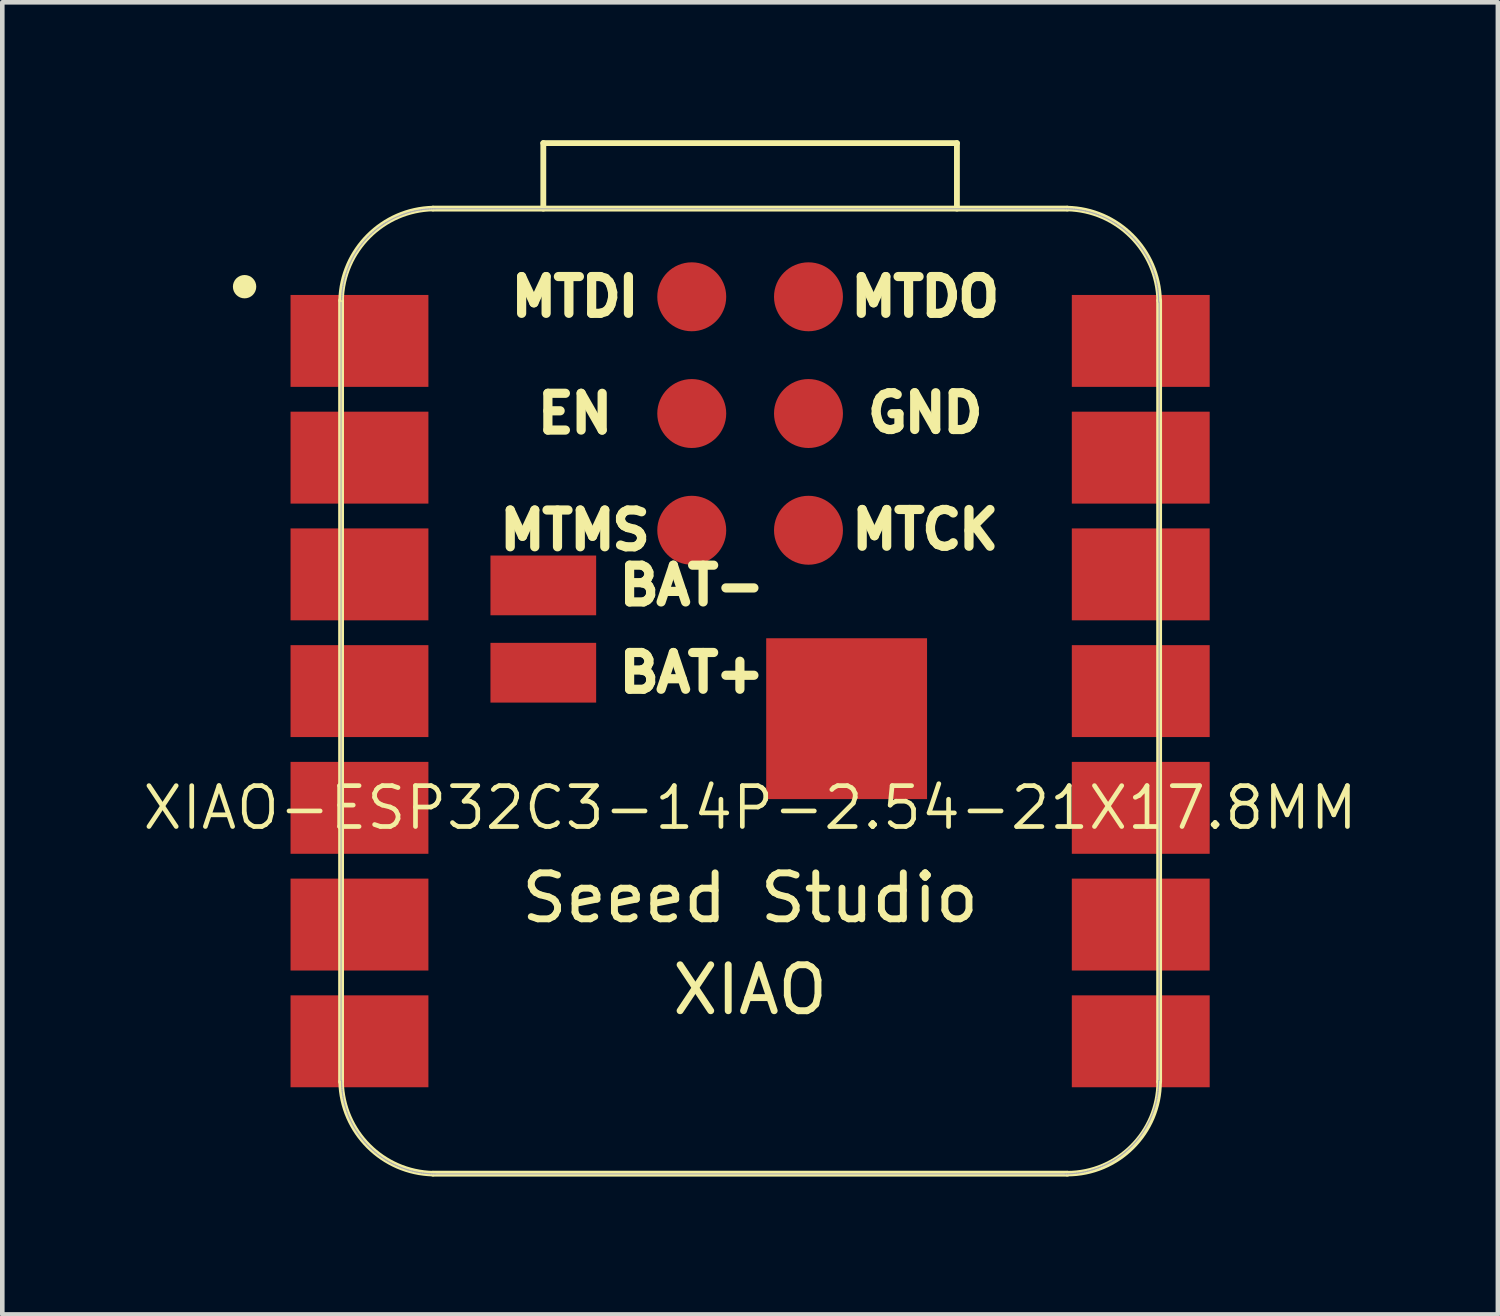
<source format=kicad_pcb>
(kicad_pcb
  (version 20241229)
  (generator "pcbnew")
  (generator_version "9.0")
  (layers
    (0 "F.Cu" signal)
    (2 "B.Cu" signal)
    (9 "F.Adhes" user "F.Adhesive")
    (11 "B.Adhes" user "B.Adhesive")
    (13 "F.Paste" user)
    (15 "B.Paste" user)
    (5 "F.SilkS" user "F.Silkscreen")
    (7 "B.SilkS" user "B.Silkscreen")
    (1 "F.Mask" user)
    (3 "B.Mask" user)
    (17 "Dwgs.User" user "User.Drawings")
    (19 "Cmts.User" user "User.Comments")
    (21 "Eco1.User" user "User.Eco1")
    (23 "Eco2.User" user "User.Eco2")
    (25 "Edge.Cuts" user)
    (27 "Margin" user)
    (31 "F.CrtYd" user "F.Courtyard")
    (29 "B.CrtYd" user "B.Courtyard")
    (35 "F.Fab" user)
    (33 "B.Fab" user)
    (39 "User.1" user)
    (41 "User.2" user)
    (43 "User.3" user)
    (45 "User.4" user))
  (footprint "XIAO-ESP32C3-14P-2.54-21X17.8MM"
    (layer "F.Cu")
    (at 13.272 11.988)
    (property "Reference" "XIAO-ESP32C3-14P-2.54-21X17.8MM" (at 0 2.54 0) (layer "F.SilkS") (effects (font (size 0.889 0.889) (thickness 0.102))))
    (attr smd)
    (fp_line (start -8.9 -8.5) (end -8.9 8.5) (stroke (width 0.127) (type solid)) (layer "F.SilkS"))
    (fp_line (start -6.9 10.5) (end 6.9 10.5) (stroke (width 0.127) (type solid)) (layer "F.SilkS"))
    (fp_line (start -4.5 -11.924) (end 4.5 -11.924) (stroke (width 0.127) (type solid)) (layer "F.SilkS"))
    (fp_line (start -4.5 -10.499) (end -4.5 -11.924) (stroke (width 0.127) (type default)) (layer "F.SilkS"))
    (fp_line (start 4.5 -10.499) (end 4.5 -11.924) (stroke (width 0.127) (type default)) (layer "F.SilkS"))
    (fp_line (start 6.9 -10.499) (end -6.9 -10.499) (stroke (width 0.127) (type solid)) (layer "F.SilkS"))
    (fp_line (start 8.9 8.5) (end 8.9 -8.5) (stroke (width 0.127) (type solid)) (layer "F.SilkS"))
    (fp_arc (start -8.9 -8.5) (mid -8.301491 -9.901491) (end -6.9 -10.5) (stroke (width 0.12) (type solid)) (layer "F.SilkS"))
    (fp_arc (start -6.9 10.5) (mid -8.301423 9.901423) (end -8.9 8.5) (stroke (width 0.12) (type solid)) (layer "F.SilkS"))
    (fp_arc (start 6.9 -10.5) (mid 8.301491 -9.901491) (end 8.9 -8.5) (stroke (width 0.12) (type solid)) (layer "F.SilkS"))
    (fp_arc (start 8.9 8.5) (mid 8.314214 9.914214) (end 6.9 10.5) (stroke (width 0.12) (type solid)) (layer "F.SilkS"))
    (fp_circle (center -11 -8.8) (end -11 -9.054) (stroke (width 0) (type solid)) (fill yes) (layer "F.SilkS"))
    (fp_poly (pts (xy -8.888 -8.562) (xy -8.885 -8.61) (xy -8.881 -8.659)) (stroke (width 0.025) (type solid)) (fill no) (layer "F.SilkS"))
    (fp_poly (pts (xy 8.889 8.522) (xy 8.888 8.571) (xy 8.885 8.62) (xy 8.881 8.669) (xy 8.875 8.717) (xy 8.869 8.766) (xy 8.861 8.815) (xy 8.852 8.863) (xy 8.842 8.911)) (stroke (width 0.025) (type solid)) (fill no) (layer "F.SilkS"))
    (fp_line (start -8.9 -8.463) (end -8.9 8.473) (stroke (width 0.025) (type solid)) (layer "F.Fab"))
    (fp_line (start -8.89 8.473) (end -8.889 8.522) (stroke (width 0.025) (type solid)) (layer "F.Fab"))
    (fp_line (start -8.889 8.522) (end -8.888 8.571) (stroke (width 0.025) (type solid)) (layer "F.Fab"))
    (fp_line (start -8.888 -8.562) (end -8.889 -8.512) (stroke (width 0.025) (type solid)) (layer "F.Fab"))
    (fp_line (start -8.888 8.571) (end -8.885 8.62) (stroke (width 0.025) (type solid)) (layer "F.Fab"))
    (fp_line (start -8.885 -8.61) (end -8.888 -8.562) (stroke (width 0.025) (type solid)) (layer "F.Fab"))
    (fp_line (start -8.885 8.62) (end -8.881 8.669) (stroke (width 0.025) (type solid)) (layer "F.Fab"))
    (fp_line (start -8.881 -8.659) (end -8.885 -8.61) (stroke (width 0.025) (type solid)) (layer "F.Fab"))
    (fp_line (start -8.881 8.669) (end -8.875 8.717) (stroke (width 0.025) (type solid)) (layer "F.Fab"))
    (fp_line (start -8.875 -8.708) (end -8.881 -8.659) (stroke (width 0.025) (type solid)) (layer "F.Fab"))
    (fp_line (start -8.875 8.717) (end -8.869 8.766) (stroke (width 0.025) (type solid)) (layer "F.Fab"))
    (fp_line (start -8.869 -8.757) (end -8.875 -8.708) (stroke (width 0.025) (type solid)) (layer "F.Fab"))
    (fp_line (start -8.869 8.766) (end -8.861 8.815) (stroke (width 0.025) (type solid)) (layer "F.Fab"))
    (fp_line (start -8.861 -8.806) (end -8.869 -8.757) (stroke (width 0.025) (type solid)) (layer "F.Fab"))
    (fp_line (start -8.861 8.815) (end -8.852 8.863) (stroke (width 0.025) (type solid)) (layer "F.Fab"))
    (fp_line (start -8.852 -8.854) (end -8.861 -8.806) (stroke (width 0.025) (type solid)) (layer "F.Fab"))
    (fp_line (start -8.852 8.863) (end -8.842 8.911) (stroke (width 0.025) (type solid)) (layer "F.Fab"))
    (fp_line (start -8.842 -8.902) (end -8.852 -8.854) (stroke (width 0.025) (type solid)) (layer "F.Fab"))
    (fp_line (start -8.842 8.911) (end -8.831 8.959) (stroke (width 0.025) (type solid)) (layer "F.Fab"))
    (fp_line (start -8.831 -8.95) (end -8.842 -8.902) (stroke (width 0.025) (type solid)) (layer "F.Fab"))
    (fp_line (start -8.831 8.959) (end -8.819 9.006) (stroke (width 0.025) (type solid)) (layer "F.Fab"))
    (fp_line (start -8.819 -8.997) (end -8.831 -8.95) (stroke (width 0.025) (type solid)) (layer "F.Fab"))
    (fp_line (start -8.819 9.006) (end -8.805 9.054) (stroke (width 0.025) (type solid)) (layer "F.Fab"))
    (fp_line (start -8.805 -9.045) (end -8.819 -8.997) (stroke (width 0.025) (type solid)) (layer "F.Fab"))
    (fp_line (start -8.805 9.054) (end -8.79 9.1) (stroke (width 0.025) (type solid)) (layer "F.Fab"))
    (fp_line (start -8.79 -9.091) (end -8.805 -9.045) (stroke (width 0.025) (type solid)) (layer "F.Fab"))
    (fp_line (start -8.79 9.1) (end -8.775 9.147) (stroke (width 0.025) (type solid)) (layer "F.Fab"))
    (fp_line (start -8.775 -9.138) (end -8.79 -9.091) (stroke (width 0.025) (type solid)) (layer "F.Fab"))
    (fp_line (start -8.775 9.147) (end -8.758 9.193) (stroke (width 0.025) (type solid)) (layer "F.Fab"))
    (fp_line (start -8.758 -9.184) (end -8.775 -9.138) (stroke (width 0.025) (type solid)) (layer "F.Fab"))
    (fp_line (start -8.758 9.193) (end -8.74 9.239) (stroke (width 0.025) (type solid)) (layer "F.Fab"))
    (fp_line (start -8.74 -9.23) (end -8.758 -9.184) (stroke (width 0.025) (type solid)) (layer "F.Fab"))
    (fp_line (start -8.74 9.239) (end -8.721 9.284) (stroke (width 0.025) (type solid)) (layer "F.Fab"))
    (fp_line (start -8.721 -9.275) (end -8.74 -9.23) (stroke (width 0.025) (type solid)) (layer "F.Fab"))
    (fp_line (start -8.721 9.284) (end -8.701 9.329) (stroke (width 0.025) (type solid)) (layer "F.Fab"))
    (fp_line (start -8.701 -9.32) (end -8.721 -9.275) (stroke (width 0.025) (type solid)) (layer "F.Fab"))
    (fp_line (start -8.701 9.329) (end -8.679 9.373) (stroke (width 0.025) (type solid)) (layer "F.Fab"))
    (fp_line (start -8.679 -9.364) (end -8.701 -9.32) (stroke (width 0.025) (type solid)) (layer "F.Fab"))
    (fp_line (start -8.679 9.373) (end -8.657 9.417) (stroke (width 0.025) (type solid)) (layer "F.Fab"))
    (fp_line (start -8.657 -9.408) (end -8.679 -9.364) (stroke (width 0.025) (type solid)) (layer "F.Fab"))
    (fp_line (start -8.657 9.417) (end -8.634 9.46) (stroke (width 0.025) (type solid)) (layer "F.Fab"))
    (fp_line (start -8.634 -9.451) (end -8.657 -9.408) (stroke (width 0.025) (type solid)) (layer "F.Fab"))
    (fp_line (start -8.634 9.46) (end -8.61 9.503) (stroke (width 0.025) (type solid)) (layer "F.Fab"))
    (fp_line (start -8.61 -9.494) (end -8.634 -9.451) (stroke (width 0.025) (type solid)) (layer "F.Fab"))
    (fp_line (start -8.61 9.503) (end -8.584 9.545) (stroke (width 0.025) (type solid)) (layer "F.Fab"))
    (fp_line (start -8.584 -9.536) (end -8.61 -9.494) (stroke (width 0.025) (type solid)) (layer "F.Fab"))
    (fp_line (start -8.584 9.545) (end -8.558 9.586) (stroke (width 0.025) (type solid)) (layer "F.Fab"))
    (fp_line (start -8.558 -9.577) (end -8.584 -9.536) (stroke (width 0.025) (type solid)) (layer "F.Fab"))
    (fp_line (start -8.558 9.586) (end -8.53 9.627) (stroke (width 0.025) (type solid)) (layer "F.Fab"))
    (fp_line (start -8.53 -9.618) (end -8.558 -9.577) (stroke (width 0.025) (type solid)) (layer "F.Fab"))
    (fp_line (start -8.53 9.627) (end -8.502 9.667) (stroke (width 0.025) (type solid)) (layer "F.Fab"))
    (fp_line (start -8.502 -9.658) (end -8.53 -9.618) (stroke (width 0.025) (type solid)) (layer "F.Fab"))
    (fp_line (start -8.502 9.667) (end -8.473 9.706) (stroke (width 0.025) (type solid)) (layer "F.Fab"))
    (fp_line (start -8.473 -9.697) (end -8.502 -9.658) (stroke (width 0.025) (type solid)) (layer "F.Fab"))
    (fp_line (start -8.473 9.706) (end -8.442 9.745) (stroke (width 0.025) (type solid)) (layer "F.Fab"))
    (fp_line (start -8.442 -9.736) (end -8.473 -9.697) (stroke (width 0.025) (type solid)) (layer "F.Fab"))
    (fp_line (start -8.442 9.745) (end -8.411 9.783) (stroke (width 0.025) (type solid)) (layer "F.Fab"))
    (fp_line (start -8.411 -9.774) (end -8.442 -9.736) (stroke (width 0.025) (type solid)) (layer "F.Fab"))
    (fp_line (start -8.411 9.783) (end -8.379 9.82) (stroke (width 0.025) (type solid)) (layer "F.Fab"))
    (fp_line (start -8.379 -9.811) (end -8.411 -9.774) (stroke (width 0.025) (type solid)) (layer "F.Fab"))
    (fp_line (start -8.379 9.82) (end -8.346 9.856) (stroke (width 0.025) (type solid)) (layer "F.Fab"))
    (fp_line (start -8.346 -9.847) (end -8.379 -9.811) (stroke (width 0.025) (type solid)) (layer "F.Fab"))
    (fp_line (start -8.346 9.856) (end -8.312 9.892) (stroke (width 0.025) (type solid)) (layer "F.Fab"))
    (fp_line (start -8.312 -9.883) (end -8.346 -9.847) (stroke (width 0.025) (type solid)) (layer "F.Fab"))
    (fp_line (start -8.312 9.892) (end -8.277 9.927) (stroke (width 0.025) (type solid)) (layer "F.Fab"))
    (fp_line (start -8.277 -9.918) (end -8.312 -9.883) (stroke (width 0.025) (type solid)) (layer "F.Fab"))
    (fp_line (start -8.277 9.927) (end -8.242 9.96) (stroke (width 0.025) (type solid)) (layer "F.Fab"))
    (fp_line (start -8.242 -9.951) (end -8.277 -9.918) (stroke (width 0.025) (type solid)) (layer "F.Fab"))
    (fp_line (start -8.242 9.96) (end -8.205 9.994) (stroke (width 0.025) (type solid)) (layer "F.Fab"))
    (fp_line (start -8.205 -9.984) (end -8.242 -9.951) (stroke (width 0.025) (type solid)) (layer "F.Fab"))
    (fp_line (start -8.205 9.994) (end -8.168 10.026) (stroke (width 0.025) (type solid)) (layer "F.Fab"))
    (fp_line (start -8.168 -10.017) (end -8.205 -9.984) (stroke (width 0.025) (type solid)) (layer "F.Fab"))
    (fp_line (start -8.168 10.026) (end -8.13 10.057) (stroke (width 0.025) (type solid)) (layer "F.Fab"))
    (fp_line (start -8.13 -10.048) (end -8.168 -10.017) (stroke (width 0.025) (type solid)) (layer "F.Fab"))
    (fp_line (start -8.13 10.057) (end -8.092 10.087) (stroke (width 0.025) (type solid)) (layer "F.Fab"))
    (fp_line (start -8.092 -10.078) (end -8.13 -10.048) (stroke (width 0.025) (type solid)) (layer "F.Fab"))
    (fp_line (start -8.092 10.087) (end -8.052 10.116) (stroke (width 0.025) (type solid)) (layer "F.Fab"))
    (fp_line (start -8.052 -10.107) (end -8.092 -10.078) (stroke (width 0.025) (type solid)) (layer "F.Fab"))
    (fp_line (start -8.052 10.116) (end -8.012 10.145) (stroke (width 0.025) (type solid)) (layer "F.Fab"))
    (fp_line (start -8.012 -10.136) (end -8.052 -10.107) (stroke (width 0.025) (type solid)) (layer "F.Fab"))
    (fp_line (start -8.012 10.145) (end -7.972 10.172) (stroke (width 0.025) (type solid)) (layer "F.Fab"))
    (fp_line (start -7.972 -10.163) (end -8.012 -10.136) (stroke (width 0.025) (type solid)) (layer "F.Fab"))
    (fp_line (start -7.972 10.172) (end -7.93 10.199) (stroke (width 0.025) (type solid)) (layer "F.Fab"))
    (fp_line (start -7.93 -10.19) (end -7.972 -10.163) (stroke (width 0.025) (type solid)) (layer "F.Fab"))
    (fp_line (start -7.93 10.199) (end -7.888 10.224) (stroke (width 0.025) (type solid)) (layer "F.Fab"))
    (fp_line (start -7.888 -10.215) (end -7.93 -10.19) (stroke (width 0.025) (type solid)) (layer "F.Fab"))
    (fp_line (start -7.888 10.224) (end -7.846 10.249) (stroke (width 0.025) (type solid)) (layer "F.Fab"))
    (fp_line (start -7.846 -10.239) (end -7.888 -10.215) (stroke (width 0.025) (type solid)) (layer "F.Fab"))
    (fp_line (start -7.846 10.249) (end -7.802 10.272) (stroke (width 0.025) (type solid)) (layer "F.Fab"))
    (fp_line (start -7.802 -10.263) (end -7.846 -10.239) (stroke (width 0.025) (type solid)) (layer "F.Fab"))
    (fp_line (start -7.802 10.272) (end -7.759 10.294) (stroke (width 0.025) (type solid)) (layer "F.Fab"))
    (fp_line (start -7.759 -10.285) (end -7.802 -10.263) (stroke (width 0.025) (type solid)) (layer "F.Fab"))
    (fp_line (start -7.759 10.294) (end -7.714 10.315) (stroke (width 0.025) (type solid)) (layer "F.Fab"))
    (fp_line (start -7.714 -10.306) (end -7.759 -10.285) (stroke (width 0.025) (type solid)) (layer "F.Fab"))
    (fp_line (start -7.714 10.315) (end -7.67 10.335) (stroke (width 0.025) (type solid)) (layer "F.Fab"))
    (fp_line (start -7.67 -10.326) (end -7.714 -10.306) (stroke (width 0.025) (type solid)) (layer "F.Fab"))
    (fp_line (start -7.67 10.335) (end -7.624 10.354) (stroke (width 0.025) (type solid)) (layer "F.Fab"))
    (fp_line (start -7.624 -10.345) (end -7.67 -10.326) (stroke (width 0.025) (type solid)) (layer "F.Fab"))
    (fp_line (start -7.624 10.354) (end -7.579 10.372) (stroke (width 0.025) (type solid)) (layer "F.Fab"))
    (fp_line (start -7.579 -10.363) (end -7.624 -10.345) (stroke (width 0.025) (type solid)) (layer "F.Fab"))
    (fp_line (start -7.579 10.372) (end -7.532 10.389) (stroke (width 0.025) (type solid)) (layer "F.Fab"))
    (fp_line (start -7.532 -10.38) (end -7.579 -10.363) (stroke (width 0.025) (type solid)) (layer "F.Fab"))
    (fp_line (start -7.532 10.389) (end -7.486 10.405) (stroke (width 0.025) (type solid)) (layer "F.Fab"))
    (fp_line (start -7.486 -10.396) (end -7.532 -10.38) (stroke (width 0.025) (type solid)) (layer "F.Fab"))
    (fp_line (start -7.486 10.405) (end -7.439 10.42) (stroke (width 0.025) (type solid)) (layer "F.Fab"))
    (fp_line (start -7.439 -10.411) (end -7.486 -10.396) (stroke (width 0.025) (type solid)) (layer "F.Fab"))
    (fp_line (start -7.439 10.42) (end -7.392 10.433) (stroke (width 0.025) (type solid)) (layer "F.Fab"))
    (fp_line (start -7.392 -10.424) (end -7.439 -10.411) (stroke (width 0.025) (type solid)) (layer "F.Fab"))
    (fp_line (start -7.392 10.433) (end -7.344 10.446) (stroke (width 0.025) (type solid)) (layer "F.Fab"))
    (fp_line (start -7.344 -10.436) (end -7.392 -10.424) (stroke (width 0.025) (type solid)) (layer "F.Fab"))
    (fp_line (start -7.344 10.446) (end -7.296 10.457) (stroke (width 0.025) (type solid)) (layer "F.Fab"))
    (fp_line (start -7.296 -10.448) (end -7.344 -10.436) (stroke (width 0.025) (type solid)) (layer "F.Fab"))
    (fp_line (start -7.296 10.457) (end -7.248 10.467) (stroke (width 0.025) (type solid)) (layer "F.Fab"))
    (fp_line (start -7.248 -10.458) (end -7.296 -10.448) (stroke (width 0.025) (type solid)) (layer "F.Fab"))
    (fp_line (start -7.248 10.467) (end -7.2 10.476) (stroke (width 0.025) (type solid)) (layer "F.Fab"))
    (fp_line (start -7.2 -10.466) (end -7.248 -10.458) (stroke (width 0.025) (type solid)) (layer "F.Fab"))
    (fp_line (start -7.2 10.476) (end -7.152 10.483) (stroke (width 0.025) (type solid)) (layer "F.Fab"))
    (fp_line (start -7.152 -10.474) (end -7.2 -10.466) (stroke (width 0.025) (type solid)) (layer "F.Fab"))
    (fp_line (start -7.152 10.483) (end -7.103 10.49) (stroke (width 0.025) (type solid)) (layer "F.Fab"))
    (fp_line (start -7.103 -10.481) (end -7.152 -10.474) (stroke (width 0.025) (type solid)) (layer "F.Fab"))
    (fp_line (start -7.103 10.49) (end -7.054 10.495) (stroke (width 0.025) (type solid)) (layer "F.Fab"))
    (fp_line (start -7.054 -10.486) (end -7.103 -10.481) (stroke (width 0.025) (type solid)) (layer "F.Fab"))
    (fp_line (start -7.054 10.495) (end -7.005 10.499) (stroke (width 0.025) (type solid)) (layer "F.Fab"))
    (fp_line (start -7.005 -10.49) (end -7.054 -10.486) (stroke (width 0.025) (type solid)) (layer "F.Fab"))
    (fp_line (start -7.005 10.499) (end -6.956 10.502) (stroke (width 0.025) (type solid)) (layer "F.Fab"))
    (fp_line (start -6.956 -10.493) (end -7.005 -10.49) (stroke (width 0.025) (type solid)) (layer "F.Fab"))
    (fp_line (start -6.956 10.502) (end -6.907 10.504) (stroke (width 0.025) (type solid)) (layer "F.Fab"))
    (fp_line (start -6.907 -10.495) (end -6.956 -10.493) (stroke (width 0.025) (type solid)) (layer "F.Fab"))
    (fp_line (start -6.907 10.504) (end -6.858 10.505) (stroke (width 0.025) (type solid)) (layer "F.Fab"))
    (fp_line (start -6.858 -10.495) (end -6.907 -10.495) (stroke (width 0.025) (type solid)) (layer "F.Fab"))
    (fp_line (start -6.858 10.505) (end 6.858 10.505) (stroke (width 0.025) (type solid)) (layer "F.Fab"))
    (fp_line (start 6.858 -10.495) (end -6.858 -10.495) (stroke (width 0.025) (type solid)) (layer "F.Fab"))
    (fp_line (start 6.858 10.505) (end 6.907 10.504) (stroke (width 0.025) (type solid)) (layer "F.Fab"))
    (fp_line (start 6.907 -10.495) (end 6.858 -10.495) (stroke (width 0.025) (type solid)) (layer "F.Fab"))
    (fp_line (start 6.907 10.504) (end 6.956 10.502) (stroke (width 0.025) (type solid)) (layer "F.Fab"))
    (fp_line (start 6.956 -10.493) (end 6.907 -10.495) (stroke (width 0.025) (type solid)) (layer "F.Fab"))
    (fp_line (start 6.956 10.502) (end 7.005 10.499) (stroke (width 0.025) (type solid)) (layer "F.Fab"))
    (fp_line (start 7.005 -10.49) (end 6.956 -10.493) (stroke (width 0.025) (type solid)) (layer "F.Fab"))
    (fp_line (start 7.005 10.499) (end 7.054 10.495) (stroke (width 0.025) (type solid)) (layer "F.Fab"))
    (fp_line (start 7.054 -10.486) (end 7.005 -10.49) (stroke (width 0.025) (type solid)) (layer "F.Fab"))
    (fp_line (start 7.054 10.495) (end 7.103 10.49) (stroke (width 0.025) (type solid)) (layer "F.Fab"))
    (fp_line (start 7.103 -10.481) (end 7.054 -10.486) (stroke (width 0.025) (type solid)) (layer "F.Fab"))
    (fp_line (start 7.103 10.49) (end 7.152 10.483) (stroke (width 0.025) (type solid)) (layer "F.Fab"))
    (fp_line (start 7.152 -10.474) (end 7.103 -10.481) (stroke (width 0.025) (type solid)) (layer "F.Fab"))
    (fp_line (start 7.152 10.483) (end 7.2 10.476) (stroke (width 0.025) (type solid)) (layer "F.Fab"))
    (fp_line (start 7.2 -10.466) (end 7.152 -10.474) (stroke (width 0.025) (type solid)) (layer "F.Fab"))
    (fp_line (start 7.2 10.476) (end 7.248 10.467) (stroke (width 0.025) (type solid)) (layer "F.Fab"))
    (fp_line (start 7.248 -10.458) (end 7.2 -10.466) (stroke (width 0.025) (type solid)) (layer "F.Fab"))
    (fp_line (start 7.248 10.467) (end 7.296 10.457) (stroke (width 0.025) (type solid)) (layer "F.Fab"))
    (fp_line (start 7.296 -10.448) (end 7.248 -10.458) (stroke (width 0.025) (type solid)) (layer "F.Fab"))
    (fp_line (start 7.296 10.457) (end 7.344 10.446) (stroke (width 0.025) (type solid)) (layer "F.Fab"))
    (fp_line (start 7.344 -10.436) (end 7.296 -10.448) (stroke (width 0.025) (type solid)) (layer "F.Fab"))
    (fp_line (start 7.344 10.446) (end 7.392 10.433) (stroke (width 0.025) (type solid)) (layer "F.Fab"))
    (fp_line (start 7.392 -10.424) (end 7.344 -10.436) (stroke (width 0.025) (type solid)) (layer "F.Fab"))
    (fp_line (start 7.392 10.433) (end 7.439 10.42) (stroke (width 0.025) (type solid)) (layer "F.Fab"))
    (fp_line (start 7.439 -10.411) (end 7.392 -10.424) (stroke (width 0.025) (type solid)) (layer "F.Fab"))
    (fp_line (start 7.439 10.42) (end 7.486 10.405) (stroke (width 0.025) (type solid)) (layer "F.Fab"))
    (fp_line (start 7.486 -10.396) (end 7.439 -10.411) (stroke (width 0.025) (type solid)) (layer "F.Fab"))
    (fp_line (start 7.486 10.405) (end 7.532 10.389) (stroke (width 0.025) (type solid)) (layer "F.Fab"))
    (fp_line (start 7.532 -10.38) (end 7.486 -10.396) (stroke (width 0.025) (type solid)) (layer "F.Fab"))
    (fp_line (start 7.532 10.389) (end 7.579 10.372) (stroke (width 0.025) (type solid)) (layer "F.Fab"))
    (fp_line (start 7.579 -10.363) (end 7.532 -10.38) (stroke (width 0.025) (type solid)) (layer "F.Fab"))
    (fp_line (start 7.579 10.372) (end 7.624 10.354) (stroke (width 0.025) (type solid)) (layer "F.Fab"))
    (fp_line (start 7.624 -10.345) (end 7.579 -10.363) (stroke (width 0.025) (type solid)) (layer "F.Fab"))
    (fp_line (start 7.624 10.354) (end 7.67 10.335) (stroke (width 0.025) (type solid)) (layer "F.Fab"))
    (fp_line (start 7.67 -10.326) (end 7.624 -10.345) (stroke (width 0.025) (type solid)) (layer "F.Fab"))
    (fp_line (start 7.67 10.335) (end 7.714 10.315) (stroke (width 0.025) (type solid)) (layer "F.Fab"))
    (fp_line (start 7.714 -10.306) (end 7.67 -10.326) (stroke (width 0.025) (type solid)) (layer "F.Fab"))
    (fp_line (start 7.714 10.315) (end 7.759 10.294) (stroke (width 0.025) (type solid)) (layer "F.Fab"))
    (fp_line (start 7.759 -10.285) (end 7.714 -10.306) (stroke (width 0.025) (type solid)) (layer "F.Fab"))
    (fp_line (start 7.759 10.294) (end 7.802 10.272) (stroke (width 0.025) (type solid)) (layer "F.Fab"))
    (fp_line (start 7.802 -10.263) (end 7.759 -10.285) (stroke (width 0.025) (type solid)) (layer "F.Fab"))
    (fp_line (start 7.802 10.272) (end 7.846 10.249) (stroke (width 0.025) (type solid)) (layer "F.Fab"))
    (fp_line (start 7.846 -10.239) (end 7.802 -10.263) (stroke (width 0.025) (type solid)) (layer "F.Fab"))
    (fp_line (start 7.846 10.249) (end 7.888 10.224) (stroke (width 0.025) (type solid)) (layer "F.Fab"))
    (fp_line (start 7.888 -10.215) (end 7.846 -10.239) (stroke (width 0.025) (type solid)) (layer "F.Fab"))
    (fp_line (start 7.888 10.224) (end 7.93 10.199) (stroke (width 0.025) (type solid)) (layer "F.Fab"))
    (fp_line (start 7.93 -10.19) (end 7.888 -10.215) (stroke (width 0.025) (type solid)) (layer "F.Fab"))
    (fp_line (start 7.93 10.199) (end 7.972 10.172) (stroke (width 0.025) (type solid)) (layer "F.Fab"))
    (fp_line (start 7.972 -10.163) (end 7.93 -10.19) (stroke (width 0.025) (type solid)) (layer "F.Fab"))
    (fp_line (start 7.972 10.172) (end 8.012 10.145) (stroke (width 0.025) (type solid)) (layer "F.Fab"))
    (fp_line (start 8.012 -10.136) (end 7.972 -10.163) (stroke (width 0.025) (type solid)) (layer "F.Fab"))
    (fp_line (start 8.012 10.145) (end 8.052 10.116) (stroke (width 0.025) (type solid)) (layer "F.Fab"))
    (fp_line (start 8.052 -10.107) (end 8.012 -10.136) (stroke (width 0.025) (type solid)) (layer "F.Fab"))
    (fp_line (start 8.052 10.116) (end 8.092 10.087) (stroke (width 0.025) (type solid)) (layer "F.Fab"))
    (fp_line (start 8.092 -10.078) (end 8.052 -10.107) (stroke (width 0.025) (type solid)) (layer "F.Fab"))
    (fp_line (start 8.092 10.087) (end 8.13 10.057) (stroke (width 0.025) (type solid)) (layer "F.Fab"))
    (fp_line (start 8.13 -10.048) (end 8.092 -10.078) (stroke (width 0.025) (type solid)) (layer "F.Fab"))
    (fp_line (start 8.13 10.057) (end 8.168 10.026) (stroke (width 0.025) (type solid)) (layer "F.Fab"))
    (fp_line (start 8.168 -10.017) (end 8.13 -10.048) (stroke (width 0.025) (type solid)) (layer "F.Fab"))
    (fp_line (start 8.168 10.026) (end 8.205 9.994) (stroke (width 0.025) (type solid)) (layer "F.Fab"))
    (fp_line (start 8.205 -9.984) (end 8.168 -10.017) (stroke (width 0.025) (type solid)) (layer "F.Fab"))
    (fp_line (start 8.205 9.994) (end 8.242 9.96) (stroke (width 0.025) (type solid)) (layer "F.Fab"))
    (fp_line (start 8.242 -9.951) (end 8.205 -9.984) (stroke (width 0.025) (type solid)) (layer "F.Fab"))
    (fp_line (start 8.242 9.96) (end 8.277 9.927) (stroke (width 0.025) (type solid)) (layer "F.Fab"))
    (fp_line (start 8.277 -9.918) (end 8.242 -9.951) (stroke (width 0.025) (type solid)) (layer "F.Fab"))
    (fp_line (start 8.277 9.927) (end 8.312 9.892) (stroke (width 0.025) (type solid)) (layer "F.Fab"))
    (fp_line (start 8.312 -9.883) (end 8.277 -9.918) (stroke (width 0.025) (type solid)) (layer "F.Fab"))
    (fp_line (start 8.312 9.892) (end 8.346 9.856) (stroke (width 0.025) (type solid)) (layer "F.Fab"))
    (fp_line (start 8.346 -9.847) (end 8.312 -9.883) (stroke (width 0.025) (type solid)) (layer "F.Fab"))
    (fp_line (start 8.346 9.856) (end 8.379 9.82) (stroke (width 0.025) (type solid)) (layer "F.Fab"))
    (fp_line (start 8.379 -9.811) (end 8.346 -9.847) (stroke (width 0.025) (type solid)) (layer "F.Fab"))
    (fp_line (start 8.379 9.82) (end 8.411 9.783) (stroke (width 0.025) (type solid)) (layer "F.Fab"))
    (fp_line (start 8.411 -9.774) (end 8.379 -9.811) (stroke (width 0.025) (type solid)) (layer "F.Fab"))
    (fp_line (start 8.411 9.783) (end 8.442 9.745) (stroke (width 0.025) (type solid)) (layer "F.Fab"))
    (fp_line (start 8.442 -9.736) (end 8.411 -9.774) (stroke (width 0.025) (type solid)) (layer "F.Fab"))
    (fp_line (start 8.442 9.745) (end 8.473 9.706) (stroke (width 0.025) (type solid)) (layer "F.Fab"))
    (fp_line (start 8.473 -9.697) (end 8.442 -9.736) (stroke (width 0.025) (type solid)) (layer "F.Fab"))
    (fp_line (start 8.473 9.706) (end 8.502 9.667) (stroke (width 0.025) (type solid)) (layer "F.Fab"))
    (fp_line (start 8.502 -9.658) (end 8.473 -9.697) (stroke (width 0.025) (type solid)) (layer "F.Fab"))
    (fp_line (start 8.502 9.667) (end 8.53 9.627) (stroke (width 0.025) (type solid)) (layer "F.Fab"))
    (fp_line (start 8.53 -9.618) (end 8.502 -9.658) (stroke (width 0.025) (type solid)) (layer "F.Fab"))
    (fp_line (start 8.53 9.627) (end 8.558 9.586) (stroke (width 0.025) (type solid)) (layer "F.Fab"))
    (fp_line (start 8.558 -9.577) (end 8.53 -9.618) (stroke (width 0.025) (type solid)) (layer "F.Fab"))
    (fp_line (start 8.558 9.586) (end 8.584 9.545) (stroke (width 0.025) (type solid)) (layer "F.Fab"))
    (fp_line (start 8.584 -9.536) (end 8.558 -9.577) (stroke (width 0.025) (type solid)) (layer "F.Fab"))
    (fp_line (start 8.584 9.545) (end 8.61 9.503) (stroke (width 0.025) (type solid)) (layer "F.Fab"))
    (fp_line (start 8.61 -9.494) (end 8.584 -9.536) (stroke (width 0.025) (type solid)) (layer "F.Fab"))
    (fp_line (start 8.61 9.503) (end 8.634 9.46) (stroke (width 0.025) (type solid)) (layer "F.Fab"))
    (fp_line (start 8.634 -9.451) (end 8.61 -9.494) (stroke (width 0.025) (type solid)) (layer "F.Fab"))
    (fp_line (start 8.634 9.46) (end 8.657 9.417) (stroke (width 0.025) (type solid)) (layer "F.Fab"))
    (fp_line (start 8.657 -9.408) (end 8.634 -9.451) (stroke (width 0.025) (type solid)) (layer "F.Fab"))
    (fp_line (start 8.657 9.417) (end 8.679 9.373) (stroke (width 0.025) (type solid)) (layer "F.Fab"))
    (fp_line (start 8.679 -9.364) (end 8.657 -9.408) (stroke (width 0.025) (type solid)) (layer "F.Fab"))
    (fp_line (start 8.679 9.373) (end 8.701 9.329) (stroke (width 0.025) (type solid)) (layer "F.Fab"))
    (fp_line (start 8.701 -9.32) (end 8.679 -9.364) (stroke (width 0.025) (type solid)) (layer "F.Fab"))
    (fp_line (start 8.701 9.329) (end 8.721 9.284) (stroke (width 0.025) (type solid)) (layer "F.Fab"))
    (fp_line (start 8.721 -9.275) (end 8.701 -9.32) (stroke (width 0.025) (type solid)) (layer "F.Fab"))
    (fp_line (start 8.721 9.284) (end 8.74 9.239) (stroke (width 0.025) (type solid)) (layer "F.Fab"))
    (fp_line (start 8.74 -9.23) (end 8.721 -9.275) (stroke (width 0.025) (type solid)) (layer "F.Fab"))
    (fp_line (start 8.74 9.239) (end 8.758 9.193) (stroke (width 0.025) (type solid)) (layer "F.Fab"))
    (fp_line (start 8.758 -9.184) (end 8.74 -9.23) (stroke (width 0.025) (type solid)) (layer "F.Fab"))
    (fp_line (start 8.758 9.193) (end 8.775 9.147) (stroke (width 0.025) (type solid)) (layer "F.Fab"))
    (fp_line (start 8.775 -9.138) (end 8.758 -9.184) (stroke (width 0.025) (type solid)) (layer "F.Fab"))
    (fp_line (start 8.775 9.147) (end 8.79 9.1) (stroke (width 0.025) (type solid)) (layer "F.Fab"))
    (fp_line (start 8.79 -9.091) (end 8.775 -9.138) (stroke (width 0.025) (type solid)) (layer "F.Fab"))
    (fp_line (start 8.79 9.1) (end 8.805 9.054) (stroke (width 0.025) (type solid)) (layer "F.Fab"))
    (fp_line (start 8.805 -9.045) (end 8.79 -9.091) (stroke (width 0.025) (type solid)) (layer "F.Fab"))
    (fp_line (start 8.805 9.054) (end 8.819 9.006) (stroke (width 0.025) (type solid)) (layer "F.Fab"))
    (fp_line (start 8.819 -8.997) (end 8.805 -9.045) (stroke (width 0.025) (type solid)) (layer "F.Fab"))
    (fp_line (start 8.819 9.006) (end 8.831 8.959) (stroke (width 0.025) (type solid)) (layer "F.Fab"))
    (fp_line (start 8.831 -8.95) (end 8.819 -8.997) (stroke (width 0.025) (type solid)) (layer "F.Fab"))
    (fp_line (start 8.831 8.959) (end 8.842 8.911) (stroke (width 0.025) (type solid)) (layer "F.Fab"))
    (fp_line (start 8.842 -8.902) (end 8.831 -8.95) (stroke (width 0.025) (type solid)) (layer "F.Fab"))
    (fp_line (start 8.842 8.911) (end 8.852 8.863) (stroke (width 0.025) (type solid)) (layer "F.Fab"))
    (fp_line (start 8.852 -8.854) (end 8.842 -8.902) (stroke (width 0.025) (type solid)) (layer "F.Fab"))
    (fp_line (start 8.852 8.863) (end 8.861 8.815) (stroke (width 0.025) (type solid)) (layer "F.Fab"))
    (fp_line (start 8.861 -8.806) (end 8.852 -8.854) (stroke (width 0.025) (type solid)) (layer "F.Fab"))
    (fp_line (start 8.861 8.815) (end 8.869 8.766) (stroke (width 0.025) (type solid)) (layer "F.Fab"))
    (fp_line (start 8.869 -8.757) (end 8.861 -8.806) (stroke (width 0.025) (type solid)) (layer "F.Fab"))
    (fp_line (start 8.869 8.766) (end 8.875 8.717) (stroke (width 0.025) (type solid)) (layer "F.Fab"))
    (fp_line (start 8.875 -8.708) (end 8.869 -8.757) (stroke (width 0.025) (type solid)) (layer "F.Fab"))
    (fp_line (start 8.875 8.717) (end 8.881 8.669) (stroke (width 0.025) (type solid)) (layer "F.Fab"))
    (fp_line (start 8.881 -8.659) (end 8.875 -8.708) (stroke (width 0.025) (type solid)) (layer "F.Fab"))
    (fp_line (start 8.881 8.669) (end 8.885 8.62) (stroke (width 0.025) (type solid)) (layer "F.Fab"))
    (fp_line (start 8.885 -8.61) (end 8.881 -8.659) (stroke (width 0.025) (type solid)) (layer "F.Fab"))
    (fp_line (start 8.885 8.62) (end 8.888 8.571) (stroke (width 0.025) (type solid)) (layer "F.Fab"))
    (fp_line (start 8.888 -8.562) (end 8.885 -8.61) (stroke (width 0.025) (type solid)) (layer "F.Fab"))
    (fp_line (start 8.888 8.571) (end 8.889 8.522) (stroke (width 0.025) (type solid)) (layer "F.Fab"))
    (fp_line (start 8.889 -8.512) (end 8.888 -8.562) (stroke (width 0.025) (type solid)) (layer "F.Fab"))
    (fp_line (start 8.889 8.522) (end 8.89 8.473) (stroke (width 0.025) (type solid)) (layer "F.Fab"))
    (fp_line (start 8.89 -8.463) (end 8.889 -8.512) (stroke (width 0.025) (type solid)) (layer "F.Fab"))
    (fp_line (start 8.9 8.473) (end 8.9 -8.463) (stroke (width 0.025) (type solid)) (layer "F.Fab"))
    (fp_text user "XIAO" (at 0 6.5 0) (unlocked yes) (layer "F.SilkS") (effects (font (size 1 1) (thickness 0.15))))
    (fp_text user "MTCK" (at 3.81 -3.512 0) (unlocked yes) (layer "F.SilkS") (effects (font (size 0.8 0.8) (thickness 0.2) (bold yes))))
    (fp_text user "MTDO" (at 3.81 -8.58 0) (unlocked yes) (layer "F.SilkS") (effects (font (size 0.8 0.8) (thickness 0.2) (bold yes))))
    (fp_text user "MTMS" (at -3.81 -3.5 0) (unlocked yes) (layer "F.SilkS") (effects (font (size 0.8 0.8) (thickness 0.2) (bold yes))))
    (fp_text user "Seeed Studio" (at 0 4.5 0) (unlocked yes) (layer "F.SilkS") (effects (font (size 1 1) (thickness 0.15))))
    (fp_text user "BAT+" (at -1.27 -0.4 0) (unlocked yes) (layer "F.SilkS") (effects (font (size 0.8 0.8) (thickness 0.2) (bold yes))))
    (fp_text user "BAT-" (at -1.27 -2.3 0) (unlocked yes) (layer "F.SilkS") (effects (font (size 0.8 0.8) (thickness 0.2) (bold yes))))
    (fp_text user "EN" (at -3.81 -6.04 0) (unlocked yes) (layer "F.SilkS") (effects (font (size 0.8 0.8) (thickness 0.2) (bold yes))))
    (fp_text user "GND" (at 3.81 -6.052 0) (unlocked yes) (layer "F.SilkS") (effects (font (size 0.8 0.8) (thickness 0.2) (bold yes))))
    (fp_text user "MTDI" (at -3.81 -8.58 0) (unlocked yes) (layer "F.SilkS") (effects (font (size 0.8 0.8) (thickness 0.2) (bold yes))))
    (pad "1" smd rect (at -8.5 -7.62) (size 3 2) (layers "F.Cu" "F.Mask" "F.Paste"))
    (pad "2" smd rect (at -8.5 -5.08) (size 3 2) (layers "F.Cu" "F.Mask" "F.Paste"))
    (pad "3" smd rect (at -8.5 -2.54) (size 3 2) (layers "F.Cu" "F.Mask" "F.Paste"))
    (pad "4" smd rect (at -8.5 0) (size 3 2) (layers "F.Cu" "F.Mask" "F.Paste"))
    (pad "5" smd rect (at -8.5 2.54) (size 3 2) (layers "F.Cu" "F.Mask" "F.Paste"))
    (pad "6" smd rect (at -8.5 5.08 180) (size 3 2) (layers "F.Cu" "F.Mask" "F.Paste"))
    (pad "7" smd rect (at -8.5 7.62) (size 3 2) (layers "F.Cu" "F.Mask" "F.Paste"))
    (pad "8" smd rect (at 8.5 7.62) (size 3 2) (layers "F.Cu" "F.Mask" "F.Paste"))
    (pad "9" smd rect (at 8.5 5.08) (size 3 2) (layers "F.Cu" "F.Mask" "F.Paste"))
    (pad "10" smd rect (at 8.5 2.54) (size 3 2) (layers "F.Cu" "F.Mask" "F.Paste"))
    (pad "11" smd rect (at 8.5 0) (size 3 2) (layers "F.Cu" "F.Mask" "F.Paste"))
    (pad "12" smd rect (at 8.5 -2.54) (size 3 2) (layers "F.Cu" "F.Mask" "F.Paste"))
    (pad "13" smd rect (at 8.5 -5.08) (size 3 2) (layers "F.Cu" "F.Mask" "F.Paste"))
    (pad "14" smd rect (at 8.5 -7.62) (size 3 2) (layers "F.Cu" "F.Mask" "F.Paste"))
    (pad "15" smd rect (at -4.5 -0.4 180) (size 2.3 1.3) (layers "F.Cu" "F.Mask" "F.Paste"))
    (pad "16" smd rect (at -4.5 -2.3 180) (size 2.3 1.3) (layers "F.Cu" "F.Mask" "F.Paste"))
    (pad "17" smd circle (at -1.27 -8.58 90) (size 1.5 1.5) (layers "F.Cu" "F.Mask" "F.Paste"))
    (pad "18" smd circle (at 1.27 -8.58 90) (size 1.5 1.5) (layers "F.Cu" "F.Mask" "F.Paste"))
    (pad "19" smd circle (at -1.27 -6.04 90) (size 1.5 1.5) (layers "F.Cu" "F.Mask" "F.Paste"))
    (pad "20" smd circle (at 1.27 -6.04 90) (size 1.5 1.5) (layers "F.Cu" "F.Mask" "F.Paste"))
    (pad "21" smd circle (at -1.27 -3.5 90) (size 1.5 1.5) (layers "F.Cu" "F.Mask" "F.Paste"))
    (pad "22" smd circle (at 1.27 -3.5 90) (size 1.5 1.5) (layers "F.Cu" "F.Mask" "F.Paste"))
    (pad "23" smd rect (at 2.1 0.6 180) (size 3.5 3.5) (layers "F.Cu" "F.Mask" "F.Paste")))
  (gr_rect
    (start -3 -3)
    (end 29.543 25.551)
    (stroke (width 0.1) (type default))
    (fill no)
    (layer "Edge.Cuts")))
</source>
